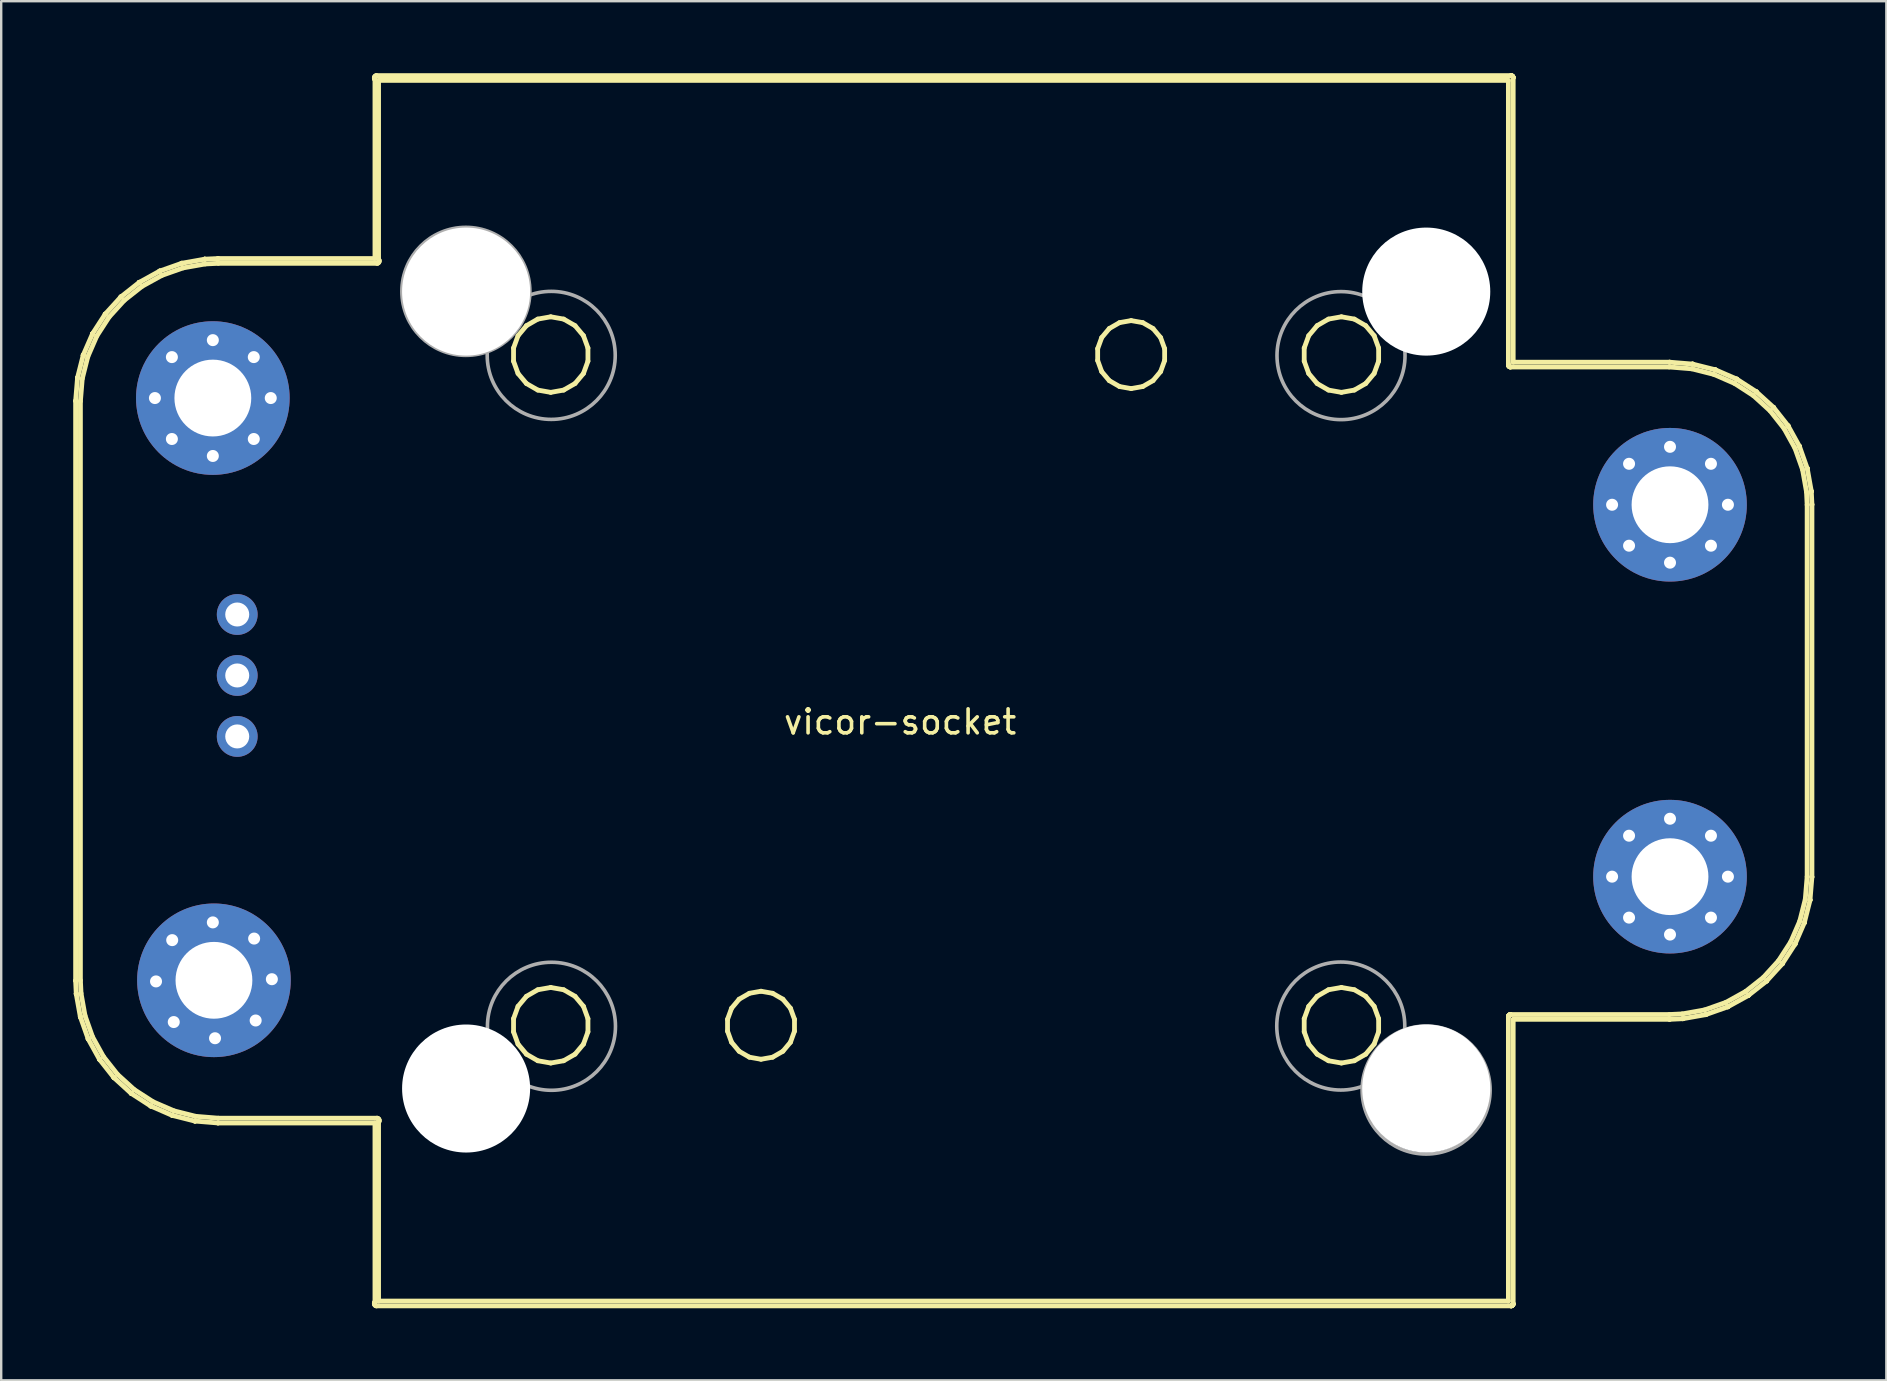
<source format=kicad_pcb>
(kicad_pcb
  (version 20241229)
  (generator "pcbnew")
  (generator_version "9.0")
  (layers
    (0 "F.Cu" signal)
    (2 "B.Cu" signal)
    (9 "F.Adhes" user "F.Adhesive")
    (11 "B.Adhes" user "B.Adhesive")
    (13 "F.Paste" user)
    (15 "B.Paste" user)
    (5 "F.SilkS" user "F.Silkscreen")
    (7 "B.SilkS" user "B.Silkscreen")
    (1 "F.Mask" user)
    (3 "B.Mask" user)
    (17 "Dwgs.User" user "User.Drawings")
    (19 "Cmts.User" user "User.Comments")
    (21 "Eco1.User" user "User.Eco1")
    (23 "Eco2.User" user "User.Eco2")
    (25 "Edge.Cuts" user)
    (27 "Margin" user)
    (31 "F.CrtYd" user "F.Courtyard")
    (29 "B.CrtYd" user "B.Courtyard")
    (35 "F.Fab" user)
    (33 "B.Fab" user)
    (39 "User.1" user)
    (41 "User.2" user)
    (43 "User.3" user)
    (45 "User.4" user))
  (footprint "vicor-socket"
    (layer "F.Cu")
    (at 5.817 13.533)
    (property "Reference" "vicor-socket" (at 28.631 13.492 0) (layer "F.SilkS") (effects (font (size 1 1) (thickness 0.15))))
    (attr through_hole)
    (fp_line (start -5.717 0.12) (end -5.716 0.116) (stroke (width 0.2) (type solid)) (layer "F.SilkS"))
    (fp_line (start -5.717 24.268) (end -5.717 0.12) (stroke (width 0.2) (type solid)) (layer "F.SilkS"))
    (fp_line (start -5.717 24.27) (end -5.717 24.268) (stroke (width 0.2) (type solid)) (layer "F.SilkS"))
    (fp_line (start -5.716 0.116) (end -5.638 -0.833) (stroke (width 0.2) (type solid)) (layer "F.SilkS"))
    (fp_line (start -5.691 24.813) (end -5.717 24.27) (stroke (width 0.2) (type solid)) (layer "F.SilkS"))
    (fp_line (start -5.69 24.819) (end -5.691 24.813) (stroke (width 0.2) (type solid)) (layer "F.SilkS"))
    (fp_line (start -5.69 24.824) (end -5.69 24.819) (stroke (width 0.2) (type solid)) (layer "F.SilkS"))
    (fp_line (start -5.69 24.826) (end -5.69 24.824) (stroke (width 0.2) (type solid)) (layer "F.SilkS"))
    (fp_line (start -5.638 -0.836) (end -5.637 -0.843) (stroke (width 0.2) (type solid)) (layer "F.SilkS"))
    (fp_line (start -5.638 -0.833) (end -5.638 -0.836) (stroke (width 0.2) (type solid)) (layer "F.SilkS"))
    (fp_line (start -5.637 -0.843) (end -5.636 -0.849) (stroke (width 0.2) (type solid)) (layer "F.SilkS"))
    (fp_line (start -5.636 -0.849) (end -5.402 -1.778) (stroke (width 0.2) (type solid)) (layer "F.SilkS"))
    (fp_line (start -5.522 25.769) (end -5.69 24.826) (stroke (width 0.2) (type solid)) (layer "F.SilkS"))
    (fp_line (start -5.52 25.776) (end -5.522 25.769) (stroke (width 0.2) (type solid)) (layer "F.SilkS"))
    (fp_line (start -5.518 25.782) (end -5.52 25.776) (stroke (width 0.2) (type solid)) (layer "F.SilkS"))
    (fp_line (start -5.517 0.133) (end -5.517 24.257) (stroke (width 0.2) (type solid)) (layer "F.SilkS"))
    (fp_line (start -5.517 24.257) (end -5.491 24.798) (stroke (width 0.2) (type solid)) (layer "F.SilkS"))
    (fp_line (start -5.517 25.785) (end -5.518 25.782) (stroke (width 0.2) (type solid)) (layer "F.SilkS"))
    (fp_line (start -5.491 24.798) (end -5.326 25.726) (stroke (width 0.2) (type solid)) (layer "F.SilkS"))
    (fp_line (start -5.44 -0.809) (end -5.517 0.133) (stroke (width 0.2) (type solid)) (layer "F.SilkS"))
    (fp_line (start -5.402 -1.78) (end -5.399 -1.787) (stroke (width 0.2) (type solid)) (layer "F.SilkS"))
    (fp_line (start -5.402 -1.778) (end -5.402 -1.78) (stroke (width 0.2) (type solid)) (layer "F.SilkS"))
    (fp_line (start -5.399 -1.787) (end -5.397 -1.794) (stroke (width 0.2) (type solid)) (layer "F.SilkS"))
    (fp_line (start -5.397 -1.794) (end -5.015 -2.671) (stroke (width 0.2) (type solid)) (layer "F.SilkS"))
    (fp_line (start -5.326 25.726) (end -5.012 26.613) (stroke (width 0.2) (type solid)) (layer "F.SilkS"))
    (fp_line (start -5.21 -1.721) (end -5.44 -0.809) (stroke (width 0.2) (type solid)) (layer "F.SilkS"))
    (fp_line (start -5.198 26.687) (end -5.517 25.785) (stroke (width 0.2) (type solid)) (layer "F.SilkS"))
    (fp_line (start -5.195 26.693) (end -5.198 26.687) (stroke (width 0.2) (type solid)) (layer "F.SilkS"))
    (fp_line (start -5.192 26.7) (end -5.195 26.693) (stroke (width 0.2) (type solid)) (layer "F.SilkS"))
    (fp_line (start -5.191 26.702) (end -5.192 26.7) (stroke (width 0.2) (type solid)) (layer "F.SilkS"))
    (fp_line (start -5.015 -2.671) (end -5.014 -2.674) (stroke (width 0.2) (type solid)) (layer "F.SilkS"))
    (fp_line (start -5.014 -2.674) (end -5.011 -2.68) (stroke (width 0.2) (type solid)) (layer "F.SilkS"))
    (fp_line (start -5.012 26.613) (end -4.557 27.436) (stroke (width 0.2) (type solid)) (layer "F.SilkS"))
    (fp_line (start -5.011 -2.68) (end -5.008 -2.686) (stroke (width 0.2) (type solid)) (layer "F.SilkS"))
    (fp_line (start -5.008 -2.686) (end -4.488 -3.49) (stroke (width 0.2) (type solid)) (layer "F.SilkS"))
    (fp_line (start -4.835 -2.584) (end -5.21 -1.721) (stroke (width 0.2) (type solid)) (layer "F.SilkS"))
    (fp_line (start -4.728 27.54) (end -5.191 26.702) (stroke (width 0.2) (type solid)) (layer "F.SilkS"))
    (fp_line (start -4.725 27.546) (end -4.728 27.54) (stroke (width 0.2) (type solid)) (layer "F.SilkS"))
    (fp_line (start -4.721 27.552) (end -4.725 27.546) (stroke (width 0.2) (type solid)) (layer "F.SilkS"))
    (fp_line (start -4.719 27.554) (end -4.721 27.552) (stroke (width 0.2) (type solid)) (layer "F.SilkS"))
    (fp_line (start -4.557 27.436) (end -3.974 28.175) (stroke (width 0.2) (type solid)) (layer "F.SilkS"))
    (fp_line (start -4.488 -3.49) (end -4.486 -3.492) (stroke (width 0.2) (type solid)) (layer "F.SilkS"))
    (fp_line (start -4.486 -3.492) (end -4.482 -3.497) (stroke (width 0.2) (type solid)) (layer "F.SilkS"))
    (fp_line (start -4.482 -3.497) (end -4.478 -3.503) (stroke (width 0.2) (type solid)) (layer "F.SilkS"))
    (fp_line (start -4.478 -3.503) (end -3.833 -4.211) (stroke (width 0.2) (type solid)) (layer "F.SilkS"))
    (fp_line (start -4.324 -3.374) (end -4.835 -2.584) (stroke (width 0.2) (type solid)) (layer "F.SilkS"))
    (fp_line (start -4.126 28.305) (end -4.719 27.554) (stroke (width 0.2) (type solid)) (layer "F.SilkS"))
    (fp_line (start -4.121 28.31) (end -4.126 28.305) (stroke (width 0.2) (type solid)) (layer "F.SilkS"))
    (fp_line (start -4.117 28.316) (end -4.121 28.31) (stroke (width 0.2) (type solid)) (layer "F.SilkS"))
    (fp_line (start -4.115 28.317) (end -4.117 28.316) (stroke (width 0.2) (type solid)) (layer "F.SilkS"))
    (fp_line (start -3.974 28.175) (end -3.278 28.808) (stroke (width 0.2) (type solid)) (layer "F.SilkS"))
    (fp_line (start -3.833 -4.211) (end -3.832 -4.213) (stroke (width 0.2) (type solid)) (layer "F.SilkS"))
    (fp_line (start -3.832 -4.213) (end -3.826 -4.217) (stroke (width 0.2) (type solid)) (layer "F.SilkS"))
    (fp_line (start -3.826 -4.217) (end -3.821 -4.222) (stroke (width 0.2) (type solid)) (layer "F.SilkS"))
    (fp_line (start -3.821 -4.222) (end -3.07 -4.815) (stroke (width 0.2) (type solid)) (layer "F.SilkS"))
    (fp_line (start -3.691 -4.07) (end -4.324 -3.374) (stroke (width 0.2) (type solid)) (layer "F.SilkS"))
    (fp_line (start -3.407 28.962) (end -4.115 28.317) (stroke (width 0.2) (type solid)) (layer "F.SilkS"))
    (fp_line (start -3.401 28.966) (end -3.407 28.962) (stroke (width 0.2) (type solid)) (layer "F.SilkS"))
    (fp_line (start -3.396 28.97) (end -3.401 28.966) (stroke (width 0.2) (type solid)) (layer "F.SilkS"))
    (fp_line (start -3.394 28.972) (end -3.396 28.97) (stroke (width 0.2) (type solid)) (layer "F.SilkS"))
    (fp_line (start -3.278 28.808) (end -2.488 29.319) (stroke (width 0.2) (type solid)) (layer "F.SilkS"))
    (fp_line (start -3.07 -4.815) (end -3.068 -4.817) (stroke (width 0.2) (type solid)) (layer "F.SilkS"))
    (fp_line (start -3.068 -4.817) (end -3.062 -4.821) (stroke (width 0.2) (type solid)) (layer "F.SilkS"))
    (fp_line (start -3.062 -4.821) (end -3.056 -4.824) (stroke (width 0.2) (type solid)) (layer "F.SilkS"))
    (fp_line (start -3.056 -4.824) (end -2.218 -5.287) (stroke (width 0.2) (type solid)) (layer "F.SilkS"))
    (fp_line (start -2.952 -4.653) (end -3.691 -4.07) (stroke (width 0.2) (type solid)) (layer "F.SilkS"))
    (fp_line (start -2.59 29.492) (end -3.394 28.972) (stroke (width 0.2) (type solid)) (layer "F.SilkS"))
    (fp_line (start -2.584 29.495) (end -2.59 29.492) (stroke (width 0.2) (type solid)) (layer "F.SilkS"))
    (fp_line (start -2.578 29.498) (end -2.584 29.495) (stroke (width 0.2) (type solid)) (layer "F.SilkS"))
    (fp_line (start -2.576 29.499) (end -2.578 29.498) (stroke (width 0.2) (type solid)) (layer "F.SilkS"))
    (fp_line (start -2.488 29.319) (end -1.625 29.694) (stroke (width 0.2) (type solid)) (layer "F.SilkS"))
    (fp_line (start -2.218 -5.287) (end -2.216 -5.288) (stroke (width 0.2) (type solid)) (layer "F.SilkS"))
    (fp_line (start -2.216 -5.288) (end -2.21 -5.291) (stroke (width 0.2) (type solid)) (layer "F.SilkS"))
    (fp_line (start -2.21 -5.291) (end -2.203 -5.294) (stroke (width 0.2) (type solid)) (layer "F.SilkS"))
    (fp_line (start -2.203 -5.294) (end -1.301 -5.613) (stroke (width 0.2) (type solid)) (layer "F.SilkS"))
    (fp_line (start -2.129 -5.108) (end -2.952 -4.653) (stroke (width 0.2) (type solid)) (layer "F.SilkS"))
    (fp_line (start -1.698 29.881) (end -2.576 29.499) (stroke (width 0.2) (type solid)) (layer "F.SilkS"))
    (fp_line (start -1.691 29.883) (end -1.698 29.881) (stroke (width 0.2) (type solid)) (layer "F.SilkS"))
    (fp_line (start -1.684 29.886) (end -1.691 29.883) (stroke (width 0.2) (type solid)) (layer "F.SilkS"))
    (fp_line (start -1.682 29.886) (end -1.684 29.886) (stroke (width 0.2) (type solid)) (layer "F.SilkS"))
    (fp_line (start -1.625 29.694) (end -0.713 29.924) (stroke (width 0.2) (type solid)) (layer "F.SilkS"))
    (fp_line (start -1.301 -5.613) (end -1.298 -5.614) (stroke (width 0.2) (type solid)) (layer "F.SilkS"))
    (fp_line (start -1.298 -5.614) (end -1.292 -5.616) (stroke (width 0.2) (type solid)) (layer "F.SilkS"))
    (fp_line (start -1.292 -5.616) (end -1.285 -5.617) (stroke (width 0.2) (type solid)) (layer "F.SilkS"))
    (fp_line (start -1.285 -5.617) (end -0.342 -5.785) (stroke (width 0.2) (type solid)) (layer "F.SilkS"))
    (fp_line (start -1.242 -5.422) (end -2.129 -5.108) (stroke (width 0.2) (type solid)) (layer "F.SilkS"))
    (fp_line (start -0.754 30.12) (end -1.682 29.886) (stroke (width 0.2) (type solid)) (layer "F.SilkS"))
    (fp_line (start -0.747 30.121) (end -0.754 30.12) (stroke (width 0.2) (type solid)) (layer "F.SilkS"))
    (fp_line (start -0.74 30.122) (end -0.747 30.121) (stroke (width 0.2) (type solid)) (layer "F.SilkS"))
    (fp_line (start -0.737 30.122) (end -0.74 30.122) (stroke (width 0.2) (type solid)) (layer "F.SilkS"))
    (fp_line (start -0.713 29.924) (end 0.229 30.001) (stroke (width 0.2) (type solid)) (layer "F.SilkS"))
    (fp_line (start -0.342 -5.785) (end -0.34 -5.786) (stroke (width 0.2) (type solid)) (layer "F.SilkS"))
    (fp_line (start -0.34 -5.786) (end -0.335 -5.786) (stroke (width 0.2) (type solid)) (layer "F.SilkS"))
    (fp_line (start -0.335 -5.786) (end -0.329 -5.787) (stroke (width 0.2) (type solid)) (layer "F.SilkS"))
    (fp_line (start -0.329 -5.787) (end 0.214 -5.812) (stroke (width 0.2) (type solid)) (layer "F.SilkS"))
    (fp_line (start -0.314 -5.587) (end -1.242 -5.422) (stroke (width 0.2) (type solid)) (layer "F.SilkS"))
    (fp_line (start 0.212 30.2) (end -0.737 30.122) (stroke (width 0.2) (type solid)) (layer "F.SilkS"))
    (fp_line (start 0.214 -5.812) (end 0.216 -5.813) (stroke (width 0.2) (type solid)) (layer "F.SilkS"))
    (fp_line (start 0.216 -5.813) (end 6.754 -5.813) (stroke (width 0.2) (type solid)) (layer "F.SilkS"))
    (fp_line (start 0.216 30.201) (end 0.212 30.2) (stroke (width 0.2) (type solid)) (layer "F.SilkS"))
    (fp_line (start 0.227 -5.613) (end -0.314 -5.587) (stroke (width 0.2) (type solid)) (layer "F.SilkS"))
    (fp_line (start 0.229 30.001) (end 6.838 30.001) (stroke (width 0.2) (type solid)) (layer "F.SilkS"))
    (fp_line (start 6.729 -13.351) (end 6.741 -13.384) (stroke (width 0.2) (type solid)) (layer "F.SilkS"))
    (fp_line (start 6.729 -13.315) (end 6.729 -13.351) (stroke (width 0.2) (type solid)) (layer "F.SilkS"))
    (fp_line (start 6.729 37.703) (end 6.741 37.67) (stroke (width 0.2) (type solid)) (layer "F.SilkS"))
    (fp_line (start 6.729 37.739) (end 6.729 37.703) (stroke (width 0.2) (type solid)) (layer "F.SilkS"))
    (fp_line (start 6.741 -13.384) (end 6.764 -13.411) (stroke (width 0.2) (type solid)) (layer "F.SilkS"))
    (fp_line (start 6.741 -13.282) (end 6.729 -13.315) (stroke (width 0.2) (type solid)) (layer "F.SilkS"))
    (fp_line (start 6.741 37.67) (end 6.754 37.655) (stroke (width 0.2) (type solid)) (layer "F.SilkS"))
    (fp_line (start 6.741 37.772) (end 6.729 37.739) (stroke (width 0.2) (type solid)) (layer "F.SilkS"))
    (fp_line (start 6.754 -13.267) (end 6.741 -13.282) (stroke (width 0.2) (type solid)) (layer "F.SilkS"))
    (fp_line (start 6.754 -5.813) (end 6.754 -13.267) (stroke (width 0.2) (type solid)) (layer "F.SilkS"))
    (fp_line (start 6.754 30.201) (end 0.216 30.201) (stroke (width 0.2) (type solid)) (layer "F.SilkS"))
    (fp_line (start 6.754 37.655) (end 6.754 30.201) (stroke (width 0.2) (type solid)) (layer "F.SilkS"))
    (fp_line (start 6.764 -13.411) (end 6.794 -13.428) (stroke (width 0.2) (type solid)) (layer "F.SilkS"))
    (fp_line (start 6.764 37.799) (end 6.741 37.772) (stroke (width 0.2) (type solid)) (layer "F.SilkS"))
    (fp_line (start 6.794 -13.428) (end 6.82 -13.433) (stroke (width 0.2) (type solid)) (layer "F.SilkS"))
    (fp_line (start 6.794 37.816) (end 6.764 37.799) (stroke (width 0.2) (type solid)) (layer "F.SilkS"))
    (fp_line (start 6.82 -13.433) (end 54.082 -13.433) (stroke (width 0.2) (type solid)) (layer "F.SilkS"))
    (fp_line (start 6.82 37.821) (end 6.794 37.816) (stroke (width 0.2) (type solid)) (layer "F.SilkS"))
    (fp_line (start 6.838 -5.613) (end 0.227 -5.613) (stroke (width 0.2) (type solid)) (layer "F.SilkS"))
    (fp_line (start 6.838 30.001) (end 6.864 30.006) (stroke (width 0.2) (type solid)) (layer "F.SilkS"))
    (fp_line (start 6.864 -5.617) (end 6.838 -5.613) (stroke (width 0.2) (type solid)) (layer "F.SilkS"))
    (fp_line (start 6.864 30.006) (end 6.894 30.023) (stroke (width 0.2) (type solid)) (layer "F.SilkS"))
    (fp_line (start 6.894 -5.635) (end 6.864 -5.617) (stroke (width 0.2) (type solid)) (layer "F.SilkS"))
    (fp_line (start 6.894 30.023) (end 6.917 30.05) (stroke (width 0.2) (type solid)) (layer "F.SilkS"))
    (fp_line (start 6.904 -13.233) (end 6.904 -5.779) (stroke (width 0.2) (type solid)) (layer "F.SilkS"))
    (fp_line (start 6.904 -5.779) (end 6.917 -5.764) (stroke (width 0.2) (type solid)) (layer "F.SilkS"))
    (fp_line (start 6.904 30.167) (end 6.904 37.621) (stroke (width 0.2) (type solid)) (layer "F.SilkS"))
    (fp_line (start 6.904 37.621) (end 53.973 37.621) (stroke (width 0.2) (type solid)) (layer "F.SilkS"))
    (fp_line (start 6.917 -5.764) (end 6.929 -5.731) (stroke (width 0.2) (type solid)) (layer "F.SilkS"))
    (fp_line (start 6.917 -5.662) (end 6.894 -5.635) (stroke (width 0.2) (type solid)) (layer "F.SilkS"))
    (fp_line (start 6.917 30.05) (end 6.929 30.083) (stroke (width 0.2) (type solid)) (layer "F.SilkS"))
    (fp_line (start 6.917 30.152) (end 6.904 30.167) (stroke (width 0.2) (type solid)) (layer "F.SilkS"))
    (fp_line (start 6.929 -5.731) (end 6.929 -5.695) (stroke (width 0.2) (type solid)) (layer "F.SilkS"))
    (fp_line (start 6.929 -5.695) (end 6.917 -5.662) (stroke (width 0.2) (type solid)) (layer "F.SilkS"))
    (fp_line (start 6.929 30.083) (end 6.929 30.119) (stroke (width 0.2) (type solid)) (layer "F.SilkS"))
    (fp_line (start 6.929 30.119) (end 6.917 30.152) (stroke (width 0.2) (type solid)) (layer "F.SilkS"))
    (fp_line (start 8.052 -4.881) (end 8.353 -5.707) (stroke (width 0.2) (type solid)) (layer "F.SilkS"))
    (fp_line (start 8.052 -4.001) (end 8.052 -4.881) (stroke (width 0.2) (type solid)) (layer "F.SilkS"))
    (fp_line (start 8.052 28.319) (end 8.353 27.492) (stroke (width 0.2) (type solid)) (layer "F.SilkS"))
    (fp_line (start 8.052 29.199) (end 8.052 28.319) (stroke (width 0.2) (type solid)) (layer "F.SilkS"))
    (fp_line (start 8.353 -5.707) (end 8.919 -6.382) (stroke (width 0.2) (type solid)) (layer "F.SilkS"))
    (fp_line (start 8.353 -3.174) (end 8.052 -4.001) (stroke (width 0.2) (type solid)) (layer "F.SilkS"))
    (fp_line (start 8.353 27.492) (end 8.919 26.818) (stroke (width 0.2) (type solid)) (layer "F.SilkS"))
    (fp_line (start 8.353 30.026) (end 8.052 29.199) (stroke (width 0.2) (type solid)) (layer "F.SilkS"))
    (fp_line (start 8.919 -6.382) (end 9.68 -6.821) (stroke (width 0.2) (type solid)) (layer "F.SilkS"))
    (fp_line (start 8.919 -2.5) (end 8.353 -3.174) (stroke (width 0.2) (type solid)) (layer "F.SilkS"))
    (fp_line (start 8.919 26.818) (end 9.68 26.378) (stroke (width 0.2) (type solid)) (layer "F.SilkS"))
    (fp_line (start 8.919 30.7) (end 8.353 30.026) (stroke (width 0.2) (type solid)) (layer "F.SilkS"))
    (fp_line (start 9.68 -6.821) (end 10.547 -6.974) (stroke (width 0.2) (type solid)) (layer "F.SilkS"))
    (fp_line (start 9.68 -2.06) (end 8.919 -2.5) (stroke (width 0.2) (type solid)) (layer "F.SilkS"))
    (fp_line (start 9.68 26.378) (end 10.547 26.226) (stroke (width 0.2) (type solid)) (layer "F.SilkS"))
    (fp_line (start 9.68 31.14) (end 8.919 30.7) (stroke (width 0.2) (type solid)) (layer "F.SilkS"))
    (fp_line (start 10.547 -6.974) (end 11.414 -6.821) (stroke (width 0.2) (type solid)) (layer "F.SilkS"))
    (fp_line (start 10.547 -1.907) (end 9.68 -2.06) (stroke (width 0.2) (type solid)) (layer "F.SilkS"))
    (fp_line (start 10.547 26.226) (end 11.414 26.378) (stroke (width 0.2) (type solid)) (layer "F.SilkS"))
    (fp_line (start 10.547 31.292) (end 9.68 31.14) (stroke (width 0.2) (type solid)) (layer "F.SilkS"))
    (fp_line (start 11.414 -6.821) (end 12.175 -6.382) (stroke (width 0.2) (type solid)) (layer "F.SilkS"))
    (fp_line (start 11.414 -2.06) (end 10.547 -1.907) (stroke (width 0.2) (type solid)) (layer "F.SilkS"))
    (fp_line (start 11.414 26.378) (end 12.175 26.818) (stroke (width 0.2) (type solid)) (layer "F.SilkS"))
    (fp_line (start 11.414 31.14) (end 10.547 31.292) (stroke (width 0.2) (type solid)) (layer "F.SilkS"))
    (fp_line (start 12.175 -6.382) (end 12.741 -5.707) (stroke (width 0.2) (type solid)) (layer "F.SilkS"))
    (fp_line (start 12.175 -2.5) (end 11.414 -2.06) (stroke (width 0.2) (type solid)) (layer "F.SilkS"))
    (fp_line (start 12.175 26.818) (end 12.741 27.492) (stroke (width 0.2) (type solid)) (layer "F.SilkS"))
    (fp_line (start 12.175 30.7) (end 11.414 31.14) (stroke (width 0.2) (type solid)) (layer "F.SilkS"))
    (fp_line (start 12.527 -2.084) (end 12.714 -2.598) (stroke (width 0.2) (type solid)) (layer "F.SilkS"))
    (fp_line (start 12.527 -1.537) (end 12.527 -2.084) (stroke (width 0.2) (type solid)) (layer "F.SilkS"))
    (fp_line (start 12.527 25.856) (end 12.714 25.342) (stroke (width 0.2) (type solid)) (layer "F.SilkS"))
    (fp_line (start 12.527 26.402) (end 12.527 25.856) (stroke (width 0.2) (type solid)) (layer "F.SilkS"))
    (fp_line (start 12.714 -2.598) (end 13.065 -3.016) (stroke (width 0.2) (type solid)) (layer "F.SilkS"))
    (fp_line (start 12.714 -1.024) (end 12.527 -1.537) (stroke (width 0.2) (type solid)) (layer "F.SilkS"))
    (fp_line (start 12.714 25.342) (end 13.065 24.923) (stroke (width 0.2) (type solid)) (layer "F.SilkS"))
    (fp_line (start 12.714 26.916) (end 12.527 26.402) (stroke (width 0.2) (type solid)) (layer "F.SilkS"))
    (fp_line (start 12.741 -5.707) (end 13.042 -4.881) (stroke (width 0.2) (type solid)) (layer "F.SilkS"))
    (fp_line (start 12.741 -3.174) (end 12.175 -2.5) (stroke (width 0.2) (type solid)) (layer "F.SilkS"))
    (fp_line (start 12.741 27.492) (end 13.042 28.319) (stroke (width 0.2) (type solid)) (layer "F.SilkS"))
    (fp_line (start 12.741 30.026) (end 12.175 30.7) (stroke (width 0.2) (type solid)) (layer "F.SilkS"))
    (fp_line (start 13.042 -4.881) (end 13.042 -4.001) (stroke (width 0.2) (type solid)) (layer "F.SilkS"))
    (fp_line (start 13.042 -4.001) (end 12.741 -3.174) (stroke (width 0.2) (type solid)) (layer "F.SilkS"))
    (fp_line (start 13.042 28.319) (end 13.042 29.199) (stroke (width 0.2) (type solid)) (layer "F.SilkS"))
    (fp_line (start 13.042 29.199) (end 12.741 30.026) (stroke (width 0.2) (type solid)) (layer "F.SilkS"))
    (fp_line (start 13.065 -3.016) (end 13.539 -3.29) (stroke (width 0.2) (type solid)) (layer "F.SilkS"))
    (fp_line (start 13.065 -0.605) (end 12.714 -1.024) (stroke (width 0.2) (type solid)) (layer "F.SilkS"))
    (fp_line (start 13.065 24.923) (end 13.539 24.65) (stroke (width 0.2) (type solid)) (layer "F.SilkS"))
    (fp_line (start 13.065 27.335) (end 12.714 26.916) (stroke (width 0.2) (type solid)) (layer "F.SilkS"))
    (fp_line (start 13.539 -3.29) (end 14.077 -3.385) (stroke (width 0.2) (type solid)) (layer "F.SilkS"))
    (fp_line (start 13.539 -0.332) (end 13.065 -0.605) (stroke (width 0.2) (type solid)) (layer "F.SilkS"))
    (fp_line (start 13.539 24.65) (end 14.077 24.555) (stroke (width 0.2) (type solid)) (layer "F.SilkS"))
    (fp_line (start 13.539 27.608) (end 13.065 27.335) (stroke (width 0.2) (type solid)) (layer "F.SilkS"))
    (fp_line (start 14.077 -3.385) (end 14.615 -3.29) (stroke (width 0.2) (type solid)) (layer "F.SilkS"))
    (fp_line (start 14.077 -0.237) (end 13.539 -0.332) (stroke (width 0.2) (type solid)) (layer "F.SilkS"))
    (fp_line (start 14.077 24.555) (end 14.615 24.65) (stroke (width 0.2) (type solid)) (layer "F.SilkS"))
    (fp_line (start 14.077 27.703) (end 13.539 27.608) (stroke (width 0.2) (type solid)) (layer "F.SilkS"))
    (fp_line (start 14.615 -3.29) (end 15.089 -3.016) (stroke (width 0.2) (type solid)) (layer "F.SilkS"))
    (fp_line (start 14.615 -0.332) (end 14.077 -0.237) (stroke (width 0.2) (type solid)) (layer "F.SilkS"))
    (fp_line (start 14.615 24.65) (end 15.089 24.923) (stroke (width 0.2) (type solid)) (layer "F.SilkS"))
    (fp_line (start 14.615 27.608) (end 14.077 27.703) (stroke (width 0.2) (type solid)) (layer "F.SilkS"))
    (fp_line (start 15.089 -3.016) (end 15.44 -2.598) (stroke (width 0.2) (type solid)) (layer "F.SilkS"))
    (fp_line (start 15.089 -0.605) (end 14.615 -0.332) (stroke (width 0.2) (type solid)) (layer "F.SilkS"))
    (fp_line (start 15.089 24.923) (end 15.44 25.342) (stroke (width 0.2) (type solid)) (layer "F.SilkS"))
    (fp_line (start 15.089 27.335) (end 14.615 27.608) (stroke (width 0.2) (type solid)) (layer "F.SilkS"))
    (fp_line (start 15.44 -2.598) (end 15.627 -2.084) (stroke (width 0.2) (type solid)) (layer "F.SilkS"))
    (fp_line (start 15.44 -1.024) (end 15.089 -0.605) (stroke (width 0.2) (type solid)) (layer "F.SilkS"))
    (fp_line (start 15.44 25.342) (end 15.627 25.856) (stroke (width 0.2) (type solid)) (layer "F.SilkS"))
    (fp_line (start 15.44 26.916) (end 15.089 27.335) (stroke (width 0.2) (type solid)) (layer "F.SilkS"))
    (fp_line (start 15.627 -2.084) (end 15.627 -1.537) (stroke (width 0.2) (type solid)) (layer "F.SilkS"))
    (fp_line (start 15.627 -1.537) (end 15.44 -1.024) (stroke (width 0.2) (type solid)) (layer "F.SilkS"))
    (fp_line (start 15.627 25.856) (end 15.627 26.402) (stroke (width 0.2) (type solid)) (layer "F.SilkS"))
    (fp_line (start 15.627 26.402) (end 15.44 26.916) (stroke (width 0.2) (type solid)) (layer "F.SilkS"))
    (fp_line (start 21.442 25.883) (end 21.61 25.421) (stroke (width 0.2) (type solid)) (layer "F.SilkS"))
    (fp_line (start 21.442 26.375) (end 21.442 25.883) (stroke (width 0.2) (type solid)) (layer "F.SilkS"))
    (fp_line (start 21.61 25.421) (end 21.926 25.044) (stroke (width 0.2) (type solid)) (layer "F.SilkS"))
    (fp_line (start 21.61 26.837) (end 21.442 26.375) (stroke (width 0.2) (type solid)) (layer "F.SilkS"))
    (fp_line (start 21.926 25.044) (end 22.353 24.798) (stroke (width 0.2) (type solid)) (layer "F.SilkS"))
    (fp_line (start 21.926 27.214) (end 21.61 26.837) (stroke (width 0.2) (type solid)) (layer "F.SilkS"))
    (fp_line (start 22.353 24.798) (end 22.837 24.712) (stroke (width 0.2) (type solid)) (layer "F.SilkS"))
    (fp_line (start 22.353 27.46) (end 21.926 27.214) (stroke (width 0.2) (type solid)) (layer "F.SilkS"))
    (fp_line (start 22.837 24.712) (end 23.321 24.798) (stroke (width 0.2) (type solid)) (layer "F.SilkS"))
    (fp_line (start 22.837 27.546) (end 22.353 27.46) (stroke (width 0.2) (type solid)) (layer "F.SilkS"))
    (fp_line (start 23.321 24.798) (end 23.748 25.044) (stroke (width 0.2) (type solid)) (layer "F.SilkS"))
    (fp_line (start 23.321 27.46) (end 22.837 27.546) (stroke (width 0.2) (type solid)) (layer "F.SilkS"))
    (fp_line (start 23.748 25.044) (end 24.064 25.421) (stroke (width 0.2) (type solid)) (layer "F.SilkS"))
    (fp_line (start 23.748 27.214) (end 23.321 27.46) (stroke (width 0.2) (type solid)) (layer "F.SilkS"))
    (fp_line (start 24.064 25.421) (end 24.232 25.883) (stroke (width 0.2) (type solid)) (layer "F.SilkS"))
    (fp_line (start 24.064 26.837) (end 23.748 27.214) (stroke (width 0.2) (type solid)) (layer "F.SilkS"))
    (fp_line (start 24.232 25.883) (end 24.232 26.375) (stroke (width 0.2) (type solid)) (layer "F.SilkS"))
    (fp_line (start 24.232 26.375) (end 24.064 26.837) (stroke (width 0.2) (type solid)) (layer "F.SilkS"))
    (fp_line (start 36.862 -2.057) (end 37.03 -2.519) (stroke (width 0.2) (type solid)) (layer "F.SilkS"))
    (fp_line (start 36.862 -1.565) (end 36.862 -2.057) (stroke (width 0.2) (type solid)) (layer "F.SilkS"))
    (fp_line (start 37.03 -2.519) (end 37.346 -2.896) (stroke (width 0.2) (type solid)) (layer "F.SilkS"))
    (fp_line (start 37.03 -1.102) (end 36.862 -1.565) (stroke (width 0.2) (type solid)) (layer "F.SilkS"))
    (fp_line (start 37.346 -2.896) (end 37.773 -3.142) (stroke (width 0.2) (type solid)) (layer "F.SilkS"))
    (fp_line (start 37.346 -0.726) (end 37.03 -1.102) (stroke (width 0.2) (type solid)) (layer "F.SilkS"))
    (fp_line (start 37.773 -3.142) (end 38.257 -3.227) (stroke (width 0.2) (type solid)) (layer "F.SilkS"))
    (fp_line (start 37.773 -0.48) (end 37.346 -0.726) (stroke (width 0.2) (type solid)) (layer "F.SilkS"))
    (fp_line (start 38.257 -3.227) (end 38.741 -3.142) (stroke (width 0.2) (type solid)) (layer "F.SilkS"))
    (fp_line (start 38.257 -0.394) (end 37.773 -0.48) (stroke (width 0.2) (type solid)) (layer "F.SilkS"))
    (fp_line (start 38.741 -3.142) (end 39.168 -2.896) (stroke (width 0.2) (type solid)) (layer "F.SilkS"))
    (fp_line (start 38.741 -0.48) (end 38.257 -0.394) (stroke (width 0.2) (type solid)) (layer "F.SilkS"))
    (fp_line (start 39.168 -2.896) (end 39.484 -2.519) (stroke (width 0.2) (type solid)) (layer "F.SilkS"))
    (fp_line (start 39.168 -0.726) (end 38.741 -0.48) (stroke (width 0.2) (type solid)) (layer "F.SilkS"))
    (fp_line (start 39.484 -2.519) (end 39.652 -2.057) (stroke (width 0.2) (type solid)) (layer "F.SilkS"))
    (fp_line (start 39.484 -1.102) (end 39.168 -0.726) (stroke (width 0.2) (type solid)) (layer "F.SilkS"))
    (fp_line (start 39.652 -2.057) (end 39.652 -1.565) (stroke (width 0.2) (type solid)) (layer "F.SilkS"))
    (fp_line (start 39.652 -1.565) (end 39.484 -1.102) (stroke (width 0.2) (type solid)) (layer "F.SilkS"))
    (fp_line (start 45.467 -2.084) (end 45.654 -2.598) (stroke (width 0.2) (type solid)) (layer "F.SilkS"))
    (fp_line (start 45.467 -1.537) (end 45.467 -2.084) (stroke (width 0.2) (type solid)) (layer "F.SilkS"))
    (fp_line (start 45.467 25.856) (end 45.654 25.342) (stroke (width 0.2) (type solid)) (layer "F.SilkS"))
    (fp_line (start 45.467 26.402) (end 45.467 25.856) (stroke (width 0.2) (type solid)) (layer "F.SilkS"))
    (fp_line (start 45.654 -2.598) (end 46.005 -3.016) (stroke (width 0.2) (type solid)) (layer "F.SilkS"))
    (fp_line (start 45.654 -1.024) (end 45.467 -1.537) (stroke (width 0.2) (type solid)) (layer "F.SilkS"))
    (fp_line (start 45.654 25.342) (end 46.005 24.923) (stroke (width 0.2) (type solid)) (layer "F.SilkS"))
    (fp_line (start 45.654 26.916) (end 45.467 26.402) (stroke (width 0.2) (type solid)) (layer "F.SilkS"))
    (fp_line (start 46.005 -3.016) (end 46.479 -3.29) (stroke (width 0.2) (type solid)) (layer "F.SilkS"))
    (fp_line (start 46.005 -0.605) (end 45.654 -1.024) (stroke (width 0.2) (type solid)) (layer "F.SilkS"))
    (fp_line (start 46.005 24.923) (end 46.479 24.65) (stroke (width 0.2) (type solid)) (layer "F.SilkS"))
    (fp_line (start 46.005 27.335) (end 45.654 26.916) (stroke (width 0.2) (type solid)) (layer "F.SilkS"))
    (fp_line (start 46.479 -3.29) (end 47.017 -3.385) (stroke (width 0.2) (type solid)) (layer "F.SilkS"))
    (fp_line (start 46.479 -0.332) (end 46.005 -0.605) (stroke (width 0.2) (type solid)) (layer "F.SilkS"))
    (fp_line (start 46.479 24.65) (end 47.017 24.555) (stroke (width 0.2) (type solid)) (layer "F.SilkS"))
    (fp_line (start 46.479 27.608) (end 46.005 27.335) (stroke (width 0.2) (type solid)) (layer "F.SilkS"))
    (fp_line (start 47.017 -3.385) (end 47.555 -3.29) (stroke (width 0.2) (type solid)) (layer "F.SilkS"))
    (fp_line (start 47.017 -0.237) (end 46.479 -0.332) (stroke (width 0.2) (type solid)) (layer "F.SilkS"))
    (fp_line (start 47.017 24.555) (end 47.555 24.65) (stroke (width 0.2) (type solid)) (layer "F.SilkS"))
    (fp_line (start 47.017 27.703) (end 46.479 27.608) (stroke (width 0.2) (type solid)) (layer "F.SilkS"))
    (fp_line (start 47.555 -3.29) (end 48.029 -3.016) (stroke (width 0.2) (type solid)) (layer "F.SilkS"))
    (fp_line (start 47.555 -0.332) (end 47.017 -0.237) (stroke (width 0.2) (type solid)) (layer "F.SilkS"))
    (fp_line (start 47.555 24.65) (end 48.029 24.923) (stroke (width 0.2) (type solid)) (layer "F.SilkS"))
    (fp_line (start 47.555 27.608) (end 47.017 27.703) (stroke (width 0.2) (type solid)) (layer "F.SilkS"))
    (fp_line (start 48.029 -3.016) (end 48.38 -2.598) (stroke (width 0.2) (type solid)) (layer "F.SilkS"))
    (fp_line (start 48.029 -0.605) (end 47.555 -0.332) (stroke (width 0.2) (type solid)) (layer "F.SilkS"))
    (fp_line (start 48.029 24.923) (end 48.38 25.342) (stroke (width 0.2) (type solid)) (layer "F.SilkS"))
    (fp_line (start 48.029 27.335) (end 47.555 27.608) (stroke (width 0.2) (type solid)) (layer "F.SilkS"))
    (fp_line (start 48.052 -4.881) (end 48.353 -5.707) (stroke (width 0.2) (type solid)) (layer "F.SilkS"))
    (fp_line (start 48.052 -4.001) (end 48.052 -4.881) (stroke (width 0.2) (type solid)) (layer "F.SilkS"))
    (fp_line (start 48.052 28.319) (end 48.353 27.492) (stroke (width 0.2) (type solid)) (layer "F.SilkS"))
    (fp_line (start 48.052 29.199) (end 48.052 28.319) (stroke (width 0.2) (type solid)) (layer "F.SilkS"))
    (fp_line (start 48.353 -5.707) (end 48.919 -6.382) (stroke (width 0.2) (type solid)) (layer "F.SilkS"))
    (fp_line (start 48.353 -3.174) (end 48.052 -4.001) (stroke (width 0.2) (type solid)) (layer "F.SilkS"))
    (fp_line (start 48.353 27.492) (end 48.919 26.818) (stroke (width 0.2) (type solid)) (layer "F.SilkS"))
    (fp_line (start 48.353 30.026) (end 48.052 29.199) (stroke (width 0.2) (type solid)) (layer "F.SilkS"))
    (fp_line (start 48.38 -2.598) (end 48.567 -2.084) (stroke (width 0.2) (type solid)) (layer "F.SilkS"))
    (fp_line (start 48.38 -1.024) (end 48.029 -0.605) (stroke (width 0.2) (type solid)) (layer "F.SilkS"))
    (fp_line (start 48.38 25.342) (end 48.567 25.856) (stroke (width 0.2) (type solid)) (layer "F.SilkS"))
    (fp_line (start 48.38 26.916) (end 48.029 27.335) (stroke (width 0.2) (type solid)) (layer "F.SilkS"))
    (fp_line (start 48.567 -2.084) (end 48.567 -1.537) (stroke (width 0.2) (type solid)) (layer "F.SilkS"))
    (fp_line (start 48.567 -1.537) (end 48.38 -1.024) (stroke (width 0.2) (type solid)) (layer "F.SilkS"))
    (fp_line (start 48.567 25.856) (end 48.567 26.402) (stroke (width 0.2) (type solid)) (layer "F.SilkS"))
    (fp_line (start 48.567 26.402) (end 48.38 26.916) (stroke (width 0.2) (type solid)) (layer "F.SilkS"))
    (fp_line (start 48.919 -6.382) (end 49.68 -6.821) (stroke (width 0.2) (type solid)) (layer "F.SilkS"))
    (fp_line (start 48.919 -2.5) (end 48.353 -3.174) (stroke (width 0.2) (type solid)) (layer "F.SilkS"))
    (fp_line (start 48.919 26.818) (end 49.68 26.378) (stroke (width 0.2) (type solid)) (layer "F.SilkS"))
    (fp_line (start 48.919 30.7) (end 48.353 30.026) (stroke (width 0.2) (type solid)) (layer "F.SilkS"))
    (fp_line (start 49.68 -6.821) (end 50.547 -6.974) (stroke (width 0.2) (type solid)) (layer "F.SilkS"))
    (fp_line (start 49.68 -2.06) (end 48.919 -2.5) (stroke (width 0.2) (type solid)) (layer "F.SilkS"))
    (fp_line (start 49.68 26.378) (end 50.547 26.226) (stroke (width 0.2) (type solid)) (layer "F.SilkS"))
    (fp_line (start 49.68 31.14) (end 48.919 30.7) (stroke (width 0.2) (type solid)) (layer "F.SilkS"))
    (fp_line (start 50.547 -6.974) (end 51.414 -6.821) (stroke (width 0.2) (type solid)) (layer "F.SilkS"))
    (fp_line (start 50.547 -1.907) (end 49.68 -2.06) (stroke (width 0.2) (type solid)) (layer "F.SilkS"))
    (fp_line (start 50.547 26.226) (end 51.414 26.378) (stroke (width 0.2) (type solid)) (layer "F.SilkS"))
    (fp_line (start 50.547 31.292) (end 49.68 31.14) (stroke (width 0.2) (type solid)) (layer "F.SilkS"))
    (fp_line (start 51.414 -6.821) (end 52.175 -6.382) (stroke (width 0.2) (type solid)) (layer "F.SilkS"))
    (fp_line (start 51.414 -2.06) (end 50.547 -1.907) (stroke (width 0.2) (type solid)) (layer "F.SilkS"))
    (fp_line (start 51.414 26.378) (end 52.175 26.818) (stroke (width 0.2) (type solid)) (layer "F.SilkS"))
    (fp_line (start 51.414 31.14) (end 50.547 31.292) (stroke (width 0.2) (type solid)) (layer "F.SilkS"))
    (fp_line (start 52.175 -6.382) (end 52.741 -5.707) (stroke (width 0.2) (type solid)) (layer "F.SilkS"))
    (fp_line (start 52.175 -2.5) (end 51.414 -2.06) (stroke (width 0.2) (type solid)) (layer "F.SilkS"))
    (fp_line (start 52.175 26.818) (end 52.741 27.492) (stroke (width 0.2) (type solid)) (layer "F.SilkS"))
    (fp_line (start 52.175 30.7) (end 51.414 31.14) (stroke (width 0.2) (type solid)) (layer "F.SilkS"))
    (fp_line (start 52.741 -5.707) (end 53.042 -4.881) (stroke (width 0.2) (type solid)) (layer "F.SilkS"))
    (fp_line (start 52.741 -3.174) (end 52.175 -2.5) (stroke (width 0.2) (type solid)) (layer "F.SilkS"))
    (fp_line (start 52.741 27.492) (end 53.042 28.319) (stroke (width 0.2) (type solid)) (layer "F.SilkS"))
    (fp_line (start 52.741 30.026) (end 52.175 30.7) (stroke (width 0.2) (type solid)) (layer "F.SilkS"))
    (fp_line (start 53.042 -4.881) (end 53.042 -4.001) (stroke (width 0.2) (type solid)) (layer "F.SilkS"))
    (fp_line (start 53.042 -4.001) (end 52.741 -3.174) (stroke (width 0.2) (type solid)) (layer "F.SilkS"))
    (fp_line (start 53.042 28.319) (end 53.042 29.199) (stroke (width 0.2) (type solid)) (layer "F.SilkS"))
    (fp_line (start 53.042 29.199) (end 52.741 30.026) (stroke (width 0.2) (type solid)) (layer "F.SilkS"))
    (fp_line (start 53.973 -13.233) (end 6.904 -13.233) (stroke (width 0.2) (type solid)) (layer "F.SilkS"))
    (fp_line (start 53.973 -1.413) (end 53.973 -13.233) (stroke (width 0.2) (type solid)) (layer "F.SilkS"))
    (fp_line (start 53.973 -1.377) (end 53.973 -1.413) (stroke (width 0.2) (type solid)) (layer "F.SilkS"))
    (fp_line (start 53.973 25.765) (end 53.976 25.757) (stroke (width 0.2) (type solid)) (layer "F.SilkS"))
    (fp_line (start 53.973 25.774) (end 53.973 25.765) (stroke (width 0.2) (type solid)) (layer "F.SilkS"))
    (fp_line (start 53.973 25.774) (end 53.973 25.774) (stroke (width 0.2) (type solid)) (layer "F.SilkS"))
    (fp_line (start 53.973 37.621) (end 53.973 25.774) (stroke (width 0.2) (type solid)) (layer "F.SilkS"))
    (fp_line (start 53.976 -1.369) (end 53.973 -1.377) (stroke (width 0.2) (type solid)) (layer "F.SilkS"))
    (fp_line (start 53.976 25.757) (end 53.978 25.748) (stroke (width 0.2) (type solid)) (layer "F.SilkS"))
    (fp_line (start 53.978 -1.36) (end 53.976 -1.369) (stroke (width 0.2) (type solid)) (layer "F.SilkS"))
    (fp_line (start 53.978 25.748) (end 53.982 25.741) (stroke (width 0.2) (type solid)) (layer "F.SilkS"))
    (fp_line (start 53.982 -1.353) (end 53.978 -1.36) (stroke (width 0.2) (type solid)) (layer "F.SilkS"))
    (fp_line (start 53.982 25.741) (end 53.985 25.732) (stroke (width 0.2) (type solid)) (layer "F.SilkS"))
    (fp_line (start 53.985 -1.344) (end 53.982 -1.353) (stroke (width 0.2) (type solid)) (layer "F.SilkS"))
    (fp_line (start 53.985 25.732) (end 53.991 25.725) (stroke (width 0.2) (type solid)) (layer "F.SilkS"))
    (fp_line (start 53.991 -1.337) (end 53.985 -1.344) (stroke (width 0.2) (type solid)) (layer "F.SilkS"))
    (fp_line (start 53.991 25.725) (end 53.995 25.718) (stroke (width 0.2) (type solid)) (layer "F.SilkS"))
    (fp_line (start 53.995 -1.33) (end 53.991 -1.337) (stroke (width 0.2) (type solid)) (layer "F.SilkS"))
    (fp_line (start 53.995 25.718) (end 54.002 25.712) (stroke (width 0.2) (type solid)) (layer "F.SilkS"))
    (fp_line (start 54.002 -1.324) (end 53.995 -1.33) (stroke (width 0.2) (type solid)) (layer "F.SilkS"))
    (fp_line (start 54.002 25.712) (end 54.008 25.705) (stroke (width 0.2) (type solid)) (layer "F.SilkS"))
    (fp_line (start 54.008 -1.317) (end 54.002 -1.324) (stroke (width 0.2) (type solid)) (layer "F.SilkS"))
    (fp_line (start 54.008 25.705) (end 54.015 25.701) (stroke (width 0.2) (type solid)) (layer "F.SilkS"))
    (fp_line (start 54.015 -1.313) (end 54.008 -1.317) (stroke (width 0.2) (type solid)) (layer "F.SilkS"))
    (fp_line (start 54.015 25.701) (end 54.022 25.695) (stroke (width 0.2) (type solid)) (layer "F.SilkS"))
    (fp_line (start 54.022 -1.307) (end 54.015 -1.313) (stroke (width 0.2) (type solid)) (layer "F.SilkS"))
    (fp_line (start 54.022 25.695) (end 54.031 25.692) (stroke (width 0.2) (type solid)) (layer "F.SilkS"))
    (fp_line (start 54.031 -1.304) (end 54.022 -1.307) (stroke (width 0.2) (type solid)) (layer "F.SilkS"))
    (fp_line (start 54.031 25.692) (end 54.038 25.688) (stroke (width 0.2) (type solid)) (layer "F.SilkS"))
    (fp_line (start 54.038 -1.3) (end 54.031 -1.304) (stroke (width 0.2) (type solid)) (layer "F.SilkS"))
    (fp_line (start 54.038 25.688) (end 54.047 25.686) (stroke (width 0.2) (type solid)) (layer "F.SilkS"))
    (fp_line (start 54.047 -1.298) (end 54.038 -1.3) (stroke (width 0.2) (type solid)) (layer "F.SilkS"))
    (fp_line (start 54.047 25.686) (end 54.055 25.683) (stroke (width 0.2) (type solid)) (layer "F.SilkS"))
    (fp_line (start 54.055 -1.295) (end 54.047 -1.298) (stroke (width 0.2) (type solid)) (layer "F.SilkS"))
    (fp_line (start 54.055 25.683) (end 54.064 25.683) (stroke (width 0.2) (type solid)) (layer "F.SilkS"))
    (fp_line (start 54.064 -1.295) (end 54.055 -1.295) (stroke (width 0.2) (type solid)) (layer "F.SilkS"))
    (fp_line (start 54.064 -1.295) (end 54.064 -1.295) (stroke (width 0.2) (type solid)) (layer "F.SilkS"))
    (fp_line (start 54.064 25.683) (end 54.064 25.683) (stroke (width 0.2) (type solid)) (layer "F.SilkS"))
    (fp_line (start 54.064 25.683) (end 60.675 25.683) (stroke (width 0.2) (type solid)) (layer "F.SilkS"))
    (fp_line (start 54.082 -13.433) (end 54.082 -13.433) (stroke (width 0.2) (type solid)) (layer "F.SilkS"))
    (fp_line (start 54.082 -13.433) (end 54.091 -13.433) (stroke (width 0.2) (type solid)) (layer "F.SilkS"))
    (fp_line (start 54.082 37.821) (end 6.82 37.821) (stroke (width 0.2) (type solid)) (layer "F.SilkS"))
    (fp_line (start 54.082 37.821) (end 54.082 37.821) (stroke (width 0.2) (type solid)) (layer "F.SilkS"))
    (fp_line (start 54.091 -13.433) (end 54.099 -13.43) (stroke (width 0.2) (type solid)) (layer "F.SilkS"))
    (fp_line (start 54.091 37.821) (end 54.082 37.821) (stroke (width 0.2) (type solid)) (layer "F.SilkS"))
    (fp_line (start 54.099 -13.43) (end 54.108 -13.428) (stroke (width 0.2) (type solid)) (layer "F.SilkS"))
    (fp_line (start 54.099 37.818) (end 54.091 37.821) (stroke (width 0.2) (type solid)) (layer "F.SilkS"))
    (fp_line (start 54.108 -13.428) (end 54.115 -13.424) (stroke (width 0.2) (type solid)) (layer "F.SilkS"))
    (fp_line (start 54.108 37.816) (end 54.099 37.818) (stroke (width 0.2) (type solid)) (layer "F.SilkS"))
    (fp_line (start 54.115 -13.424) (end 54.124 -13.421) (stroke (width 0.2) (type solid)) (layer "F.SilkS"))
    (fp_line (start 54.115 37.812) (end 54.108 37.816) (stroke (width 0.2) (type solid)) (layer "F.SilkS"))
    (fp_line (start 54.124 -13.421) (end 54.131 -13.415) (stroke (width 0.2) (type solid)) (layer "F.SilkS"))
    (fp_line (start 54.124 37.809) (end 54.115 37.812) (stroke (width 0.2) (type solid)) (layer "F.SilkS"))
    (fp_line (start 54.131 -13.415) (end 54.138 -13.411) (stroke (width 0.2) (type solid)) (layer "F.SilkS"))
    (fp_line (start 54.131 37.803) (end 54.124 37.809) (stroke (width 0.2) (type solid)) (layer "F.SilkS"))
    (fp_line (start 54.138 -13.411) (end 54.144 -13.404) (stroke (width 0.2) (type solid)) (layer "F.SilkS"))
    (fp_line (start 54.138 37.799) (end 54.131 37.803) (stroke (width 0.2) (type solid)) (layer "F.SilkS"))
    (fp_line (start 54.144 -13.404) (end 54.151 -13.398) (stroke (width 0.2) (type solid)) (layer "F.SilkS"))
    (fp_line (start 54.144 37.792) (end 54.138 37.799) (stroke (width 0.2) (type solid)) (layer "F.SilkS"))
    (fp_line (start 54.151 -13.398) (end 54.155 -13.39) (stroke (width 0.2) (type solid)) (layer "F.SilkS"))
    (fp_line (start 54.151 37.786) (end 54.144 37.792) (stroke (width 0.2) (type solid)) (layer "F.SilkS"))
    (fp_line (start 54.155 -13.39) (end 54.161 -13.384) (stroke (width 0.2) (type solid)) (layer "F.SilkS"))
    (fp_line (start 54.155 37.779) (end 54.151 37.786) (stroke (width 0.2) (type solid)) (layer "F.SilkS"))
    (fp_line (start 54.161 -13.384) (end 54.164 -13.375) (stroke (width 0.2) (type solid)) (layer "F.SilkS"))
    (fp_line (start 54.161 37.772) (end 54.155 37.779) (stroke (width 0.2) (type solid)) (layer "F.SilkS"))
    (fp_line (start 54.164 -13.375) (end 54.168 -13.368) (stroke (width 0.2) (type solid)) (layer "F.SilkS"))
    (fp_line (start 54.164 37.763) (end 54.161 37.772) (stroke (width 0.2) (type solid)) (layer "F.SilkS"))
    (fp_line (start 54.168 -13.368) (end 54.17 -13.359) (stroke (width 0.2) (type solid)) (layer "F.SilkS"))
    (fp_line (start 54.168 37.756) (end 54.164 37.763) (stroke (width 0.2) (type solid)) (layer "F.SilkS"))
    (fp_line (start 54.17 -13.359) (end 54.173 -13.351) (stroke (width 0.2) (type solid)) (layer "F.SilkS"))
    (fp_line (start 54.17 37.747) (end 54.168 37.756) (stroke (width 0.2) (type solid)) (layer "F.SilkS"))
    (fp_line (start 54.173 -13.351) (end 54.173 -13.342) (stroke (width 0.2) (type solid)) (layer "F.SilkS"))
    (fp_line (start 54.173 -13.342) (end 54.173 -13.342) (stroke (width 0.2) (type solid)) (layer "F.SilkS"))
    (fp_line (start 54.173 -13.342) (end 54.173 -1.495) (stroke (width 0.2) (type solid)) (layer "F.SilkS"))
    (fp_line (start 54.173 -1.495) (end 60.686 -1.495) (stroke (width 0.2) (type solid)) (layer "F.SilkS"))
    (fp_line (start 54.173 25.883) (end 54.173 37.73) (stroke (width 0.2) (type solid)) (layer "F.SilkS"))
    (fp_line (start 54.173 37.73) (end 54.173 37.73) (stroke (width 0.2) (type solid)) (layer "F.SilkS"))
    (fp_line (start 54.173 37.73) (end 54.173 37.739) (stroke (width 0.2) (type solid)) (layer "F.SilkS"))
    (fp_line (start 54.173 37.739) (end 54.17 37.747) (stroke (width 0.2) (type solid)) (layer "F.SilkS"))
    (fp_line (start 60.673 -1.295) (end 54.064 -1.295) (stroke (width 0.2) (type solid)) (layer "F.SilkS"))
    (fp_line (start 60.675 25.683) (end 61.216 25.657) (stroke (width 0.2) (type solid)) (layer "F.SilkS"))
    (fp_line (start 60.686 -1.495) (end 60.69 -1.494) (stroke (width 0.2) (type solid)) (layer "F.SilkS"))
    (fp_line (start 60.686 25.883) (end 54.173 25.883) (stroke (width 0.2) (type solid)) (layer "F.SilkS"))
    (fp_line (start 60.688 25.883) (end 60.686 25.883) (stroke (width 0.2) (type solid)) (layer "F.SilkS"))
    (fp_line (start 60.69 -1.494) (end 61.639 -1.416) (stroke (width 0.2) (type solid)) (layer "F.SilkS"))
    (fp_line (start 61.216 25.657) (end 62.144 25.492) (stroke (width 0.2) (type solid)) (layer "F.SilkS"))
    (fp_line (start 61.231 25.857) (end 60.688 25.883) (stroke (width 0.2) (type solid)) (layer "F.SilkS"))
    (fp_line (start 61.237 25.856) (end 61.231 25.857) (stroke (width 0.2) (type solid)) (layer "F.SilkS"))
    (fp_line (start 61.242 25.856) (end 61.237 25.856) (stroke (width 0.2) (type solid)) (layer "F.SilkS"))
    (fp_line (start 61.244 25.856) (end 61.242 25.856) (stroke (width 0.2) (type solid)) (layer "F.SilkS"))
    (fp_line (start 61.615 -1.218) (end 60.673 -1.295) (stroke (width 0.2) (type solid)) (layer "F.SilkS"))
    (fp_line (start 61.639 -1.416) (end 61.642 -1.416) (stroke (width 0.2) (type solid)) (layer "F.SilkS"))
    (fp_line (start 61.642 -1.416) (end 61.649 -1.415) (stroke (width 0.2) (type solid)) (layer "F.SilkS"))
    (fp_line (start 61.649 -1.415) (end 61.656 -1.413) (stroke (width 0.2) (type solid)) (layer "F.SilkS"))
    (fp_line (start 61.656 -1.413) (end 62.584 -1.18) (stroke (width 0.2) (type solid)) (layer "F.SilkS"))
    (fp_line (start 62.144 25.492) (end 63.031 25.178) (stroke (width 0.2) (type solid)) (layer "F.SilkS"))
    (fp_line (start 62.187 25.688) (end 61.244 25.856) (stroke (width 0.2) (type solid)) (layer "F.SilkS"))
    (fp_line (start 62.194 25.686) (end 62.187 25.688) (stroke (width 0.2) (type solid)) (layer "F.SilkS"))
    (fp_line (start 62.2 25.684) (end 62.194 25.686) (stroke (width 0.2) (type solid)) (layer "F.SilkS"))
    (fp_line (start 62.203 25.683) (end 62.2 25.684) (stroke (width 0.2) (type solid)) (layer "F.SilkS"))
    (fp_line (start 62.527 -0.988) (end 61.615 -1.218) (stroke (width 0.2) (type solid)) (layer "F.SilkS"))
    (fp_line (start 62.584 -1.18) (end 62.586 -1.18) (stroke (width 0.2) (type solid)) (layer "F.SilkS"))
    (fp_line (start 62.586 -1.18) (end 62.593 -1.177) (stroke (width 0.2) (type solid)) (layer "F.SilkS"))
    (fp_line (start 62.593 -1.177) (end 62.6 -1.175) (stroke (width 0.2) (type solid)) (layer "F.SilkS"))
    (fp_line (start 62.6 -1.175) (end 63.478 -0.793) (stroke (width 0.2) (type solid)) (layer "F.SilkS"))
    (fp_line (start 63.031 25.178) (end 63.854 24.723) (stroke (width 0.2) (type solid)) (layer "F.SilkS"))
    (fp_line (start 63.105 25.364) (end 62.203 25.683) (stroke (width 0.2) (type solid)) (layer "F.SilkS"))
    (fp_line (start 63.111 25.361) (end 63.105 25.364) (stroke (width 0.2) (type solid)) (layer "F.SilkS"))
    (fp_line (start 63.118 25.358) (end 63.111 25.361) (stroke (width 0.2) (type solid)) (layer "F.SilkS"))
    (fp_line (start 63.12 25.357) (end 63.118 25.358) (stroke (width 0.2) (type solid)) (layer "F.SilkS"))
    (fp_line (start 63.39 -0.613) (end 62.527 -0.988) (stroke (width 0.2) (type solid)) (layer "F.SilkS"))
    (fp_line (start 63.478 -0.793) (end 63.48 -0.792) (stroke (width 0.2) (type solid)) (layer "F.SilkS"))
    (fp_line (start 63.48 -0.792) (end 63.486 -0.789) (stroke (width 0.2) (type solid)) (layer "F.SilkS"))
    (fp_line (start 63.486 -0.789) (end 63.492 -0.785) (stroke (width 0.2) (type solid)) (layer "F.SilkS"))
    (fp_line (start 63.492 -0.785) (end 64.296 -0.265) (stroke (width 0.2) (type solid)) (layer "F.SilkS"))
    (fp_line (start 63.854 24.723) (end 64.593 24.14) (stroke (width 0.2) (type solid)) (layer "F.SilkS"))
    (fp_line (start 63.958 24.894) (end 63.12 25.357) (stroke (width 0.2) (type solid)) (layer "F.SilkS"))
    (fp_line (start 63.964 24.891) (end 63.958 24.894) (stroke (width 0.2) (type solid)) (layer "F.SilkS"))
    (fp_line (start 63.97 24.887) (end 63.964 24.891) (stroke (width 0.2) (type solid)) (layer "F.SilkS"))
    (fp_line (start 63.972 24.885) (end 63.97 24.887) (stroke (width 0.2) (type solid)) (layer "F.SilkS"))
    (fp_line (start 64.18 -0.102) (end 63.39 -0.613) (stroke (width 0.2) (type solid)) (layer "F.SilkS"))
    (fp_line (start 64.296 -0.265) (end 64.298 -0.264) (stroke (width 0.2) (type solid)) (layer "F.SilkS"))
    (fp_line (start 64.298 -0.264) (end 64.303 -0.26) (stroke (width 0.2) (type solid)) (layer "F.SilkS"))
    (fp_line (start 64.303 -0.26) (end 64.309 -0.255) (stroke (width 0.2) (type solid)) (layer "F.SilkS"))
    (fp_line (start 64.309 -0.255) (end 65.017 0.389) (stroke (width 0.2) (type solid)) (layer "F.SilkS"))
    (fp_line (start 64.593 24.14) (end 65.226 23.444) (stroke (width 0.2) (type solid)) (layer "F.SilkS"))
    (fp_line (start 64.723 24.292) (end 63.972 24.885) (stroke (width 0.2) (type solid)) (layer "F.SilkS"))
    (fp_line (start 64.728 24.287) (end 64.723 24.292) (stroke (width 0.2) (type solid)) (layer "F.SilkS"))
    (fp_line (start 64.734 24.283) (end 64.728 24.287) (stroke (width 0.2) (type solid)) (layer "F.SilkS"))
    (fp_line (start 64.735 24.281) (end 64.734 24.283) (stroke (width 0.2) (type solid)) (layer "F.SilkS"))
    (fp_line (start 64.876 0.531) (end 64.18 -0.102) (stroke (width 0.2) (type solid)) (layer "F.SilkS"))
    (fp_line (start 65.017 0.389) (end 65.019 0.391) (stroke (width 0.2) (type solid)) (layer "F.SilkS"))
    (fp_line (start 65.019 0.391) (end 65.023 0.396) (stroke (width 0.2) (type solid)) (layer "F.SilkS"))
    (fp_line (start 65.023 0.396) (end 65.028 0.401) (stroke (width 0.2) (type solid)) (layer "F.SilkS"))
    (fp_line (start 65.028 0.401) (end 65.621 1.152) (stroke (width 0.2) (type solid)) (layer "F.SilkS"))
    (fp_line (start 65.226 23.444) (end 65.737 22.654) (stroke (width 0.2) (type solid)) (layer "F.SilkS"))
    (fp_line (start 65.38 23.573) (end 64.735 24.281) (stroke (width 0.2) (type solid)) (layer "F.SilkS"))
    (fp_line (start 65.384 23.567) (end 65.38 23.573) (stroke (width 0.2) (type solid)) (layer "F.SilkS"))
    (fp_line (start 65.388 23.562) (end 65.384 23.567) (stroke (width 0.2) (type solid)) (layer "F.SilkS"))
    (fp_line (start 65.39 23.56) (end 65.388 23.562) (stroke (width 0.2) (type solid)) (layer "F.SilkS"))
    (fp_line (start 65.459 1.27) (end 64.876 0.531) (stroke (width 0.2) (type solid)) (layer "F.SilkS"))
    (fp_line (start 65.621 1.152) (end 65.623 1.154) (stroke (width 0.2) (type solid)) (layer "F.SilkS"))
    (fp_line (start 65.623 1.154) (end 65.627 1.16) (stroke (width 0.2) (type solid)) (layer "F.SilkS"))
    (fp_line (start 65.627 1.16) (end 65.63 1.166) (stroke (width 0.2) (type solid)) (layer "F.SilkS"))
    (fp_line (start 65.63 1.166) (end 66.093 2.004) (stroke (width 0.2) (type solid)) (layer "F.SilkS"))
    (fp_line (start 65.737 22.654) (end 66.112 21.791) (stroke (width 0.2) (type solid)) (layer "F.SilkS"))
    (fp_line (start 65.91 22.756) (end 65.39 23.56) (stroke (width 0.2) (type solid)) (layer "F.SilkS"))
    (fp_line (start 65.913 22.75) (end 65.91 22.756) (stroke (width 0.2) (type solid)) (layer "F.SilkS"))
    (fp_line (start 65.914 2.094) (end 65.459 1.27) (stroke (width 0.2) (type solid)) (layer "F.SilkS"))
    (fp_line (start 65.916 22.744) (end 65.913 22.75) (stroke (width 0.2) (type solid)) (layer "F.SilkS"))
    (fp_line (start 65.917 22.742) (end 65.916 22.744) (stroke (width 0.2) (type solid)) (layer "F.SilkS"))
    (fp_line (start 66.093 2.004) (end 66.094 2.006) (stroke (width 0.2) (type solid)) (layer "F.SilkS"))
    (fp_line (start 66.094 2.006) (end 66.097 2.013) (stroke (width 0.2) (type solid)) (layer "F.SilkS"))
    (fp_line (start 66.097 2.013) (end 66.1 2.019) (stroke (width 0.2) (type solid)) (layer "F.SilkS"))
    (fp_line (start 66.1 2.019) (end 66.419 2.921) (stroke (width 0.2) (type solid)) (layer "F.SilkS"))
    (fp_line (start 66.112 21.791) (end 66.342 20.879) (stroke (width 0.2) (type solid)) (layer "F.SilkS"))
    (fp_line (start 66.228 2.98) (end 65.914 2.094) (stroke (width 0.2) (type solid)) (layer "F.SilkS"))
    (fp_line (start 66.299 21.864) (end 65.917 22.742) (stroke (width 0.2) (type solid)) (layer "F.SilkS"))
    (fp_line (start 66.301 21.857) (end 66.299 21.864) (stroke (width 0.2) (type solid)) (layer "F.SilkS"))
    (fp_line (start 66.304 21.848) (end 66.304 21.85) (stroke (width 0.2) (type solid)) (layer "F.SilkS"))
    (fp_line (start 66.304 21.85) (end 66.301 21.857) (stroke (width 0.2) (type solid)) (layer "F.SilkS"))
    (fp_line (start 66.342 20.879) (end 66.419 19.937) (stroke (width 0.2) (type solid)) (layer "F.SilkS"))
    (fp_line (start 66.393 3.909) (end 66.228 2.98) (stroke (width 0.2) (type solid)) (layer "F.SilkS"))
    (fp_line (start 66.419 2.921) (end 66.42 2.924) (stroke (width 0.2) (type solid)) (layer "F.SilkS"))
    (fp_line (start 66.419 4.449) (end 66.393 3.909) (stroke (width 0.2) (type solid)) (layer "F.SilkS"))
    (fp_line (start 66.419 19.937) (end 66.419 4.449) (stroke (width 0.2) (type solid)) (layer "F.SilkS"))
    (fp_line (start 66.42 2.924) (end 66.422 2.93) (stroke (width 0.2) (type solid)) (layer "F.SilkS"))
    (fp_line (start 66.422 2.93) (end 66.424 2.937) (stroke (width 0.2) (type solid)) (layer "F.SilkS"))
    (fp_line (start 66.424 2.937) (end 66.592 3.88) (stroke (width 0.2) (type solid)) (layer "F.SilkS"))
    (fp_line (start 66.538 20.92) (end 66.304 21.848) (stroke (width 0.2) (type solid)) (layer "F.SilkS"))
    (fp_line (start 66.539 20.913) (end 66.538 20.92) (stroke (width 0.2) (type solid)) (layer "F.SilkS"))
    (fp_line (start 66.54 20.903) (end 66.54 20.906) (stroke (width 0.2) (type solid)) (layer "F.SilkS"))
    (fp_line (start 66.54 20.906) (end 66.539 20.913) (stroke (width 0.2) (type solid)) (layer "F.SilkS"))
    (fp_line (start 66.592 3.88) (end 66.592 3.882) (stroke (width 0.2) (type solid)) (layer "F.SilkS"))
    (fp_line (start 66.592 3.882) (end 66.592 3.887) (stroke (width 0.2) (type solid)) (layer "F.SilkS"))
    (fp_line (start 66.592 3.887) (end 66.593 3.893) (stroke (width 0.2) (type solid)) (layer "F.SilkS"))
    (fp_line (start 66.593 3.893) (end 66.619 4.436) (stroke (width 0.2) (type solid)) (layer "F.SilkS"))
    (fp_line (start 66.618 19.954) (end 66.54 20.903) (stroke (width 0.2) (type solid)) (layer "F.SilkS"))
    (fp_line (start 66.619 4.436) (end 66.619 4.438) (stroke (width 0.2) (type solid)) (layer "F.SilkS"))
    (fp_line (start 66.619 4.438) (end 66.619 19.95) (stroke (width 0.2) (type solid)) (layer "F.SilkS"))
    (fp_line (start 66.619 19.95) (end 66.618 19.954) (stroke (width 0.2) (type solid)) (layer "F.SilkS"))
    (fp_circle (center 10.541 -4.445) (end 10.541 -7.112) (stroke (width 0.15) (type solid)) (fill no) (layer "F.Fab"))
    (fp_circle (center 14.097 -1.778) (end 14.097 -4.445) (stroke (width 0.15) (type solid)) (fill no) (layer "F.Fab"))
    (fp_circle (center 14.107 26.172) (end 14.107 23.505) (stroke (width 0.15) (type solid)) (fill no) (layer "F.Fab"))
    (fp_circle (center 46.99 26.162) (end 46.99 23.495) (stroke (width 0.15) (type solid)) (fill no) (layer "F.Fab"))
    (fp_circle (center 47 -1.768) (end 47 -4.435) (stroke (width 0.15) (type solid)) (fill no) (layer "F.Fab"))
    (fp_circle (center 50.546 28.829) (end 50.546 26.162) (stroke (width 0.15) (type solid)) (fill no) (layer "F.Fab"))
    (pad "" np_thru_hole circle (at 10.551 -4.435) (size 5.334 5.334) (drill 5.334) (layers "*.Cu" "*.Mask"))
    (pad "" np_thru_hole circle (at 10.551 28.765) (size 5.334 5.334) (drill 5.334) (layers "*.Cu" "*.Mask"))
    (pad "" np_thru_hole circle (at 50.551 -4.435) (size 5.334 5.334) (drill 5.334) (layers "*.Cu" "*.Mask"))
    (pad "" np_thru_hole circle (at 50.551 28.765) (size 5.334 5.334) (drill 5.334) (layers "*.Cu" "*.Mask"))
    (pad "1" thru_hole circle (at -2.413 0 90) (size 0.8 0.8) (drill 0.5) (layers "*.Cu" "*.Mask"))
    (pad "1" thru_hole circle (at -1.706 -1.706 45) (size 0.8 0.8) (drill 0.5) (layers "*.Cu" "*.Mask"))
    (pad "1" thru_hole circle (at -1.706 1.706 135) (size 0.8 0.8) (drill 0.5) (layers "*.Cu" "*.Mask"))
    (pad "1" thru_hole circle (at 0 -2.413) (size 0.8 0.8) (drill 0.5) (layers "*.Cu" "*.Mask"))
    (pad "1" thru_hole circle (at 0 0) (size 6.4 6.4) (drill 3.2) (layers "*.Cu" "*.Mask"))
    (pad "1" thru_hole circle (at 0 2.413 180) (size 0.8 0.8) (drill 0.5) (layers "*.Cu" "*.Mask"))
    (pad "1" thru_hole circle (at 1.706 -1.706 315) (size 0.8 0.8) (drill 0.5) (layers "*.Cu" "*.Mask"))
    (pad "1" thru_hole circle (at 1.706 1.706 225) (size 0.8 0.8) (drill 0.5) (layers "*.Cu" "*.Mask"))
    (pad "1" thru_hole circle (at 2.413 0 270) (size 0.8 0.8) (drill 0.5) (layers "*.Cu" "*.Mask"))
    (pad "2" thru_hole circle (at 1.016 9.017) (size 1.7 1.7) (drill 1) (layers "*.Cu" "*.Mask"))
    (pad "3" thru_hole circle (at 1.016 11.557) (size 1.7 1.7) (drill 1) (layers "*.Cu" "*.Mask"))
    (pad "4" thru_hole circle (at 1.016 14.097) (size 1.7 1.7) (drill 1) (layers "*.Cu" "*.Mask"))
    (pad "5" thru_hole circle (at -2.367 24.303 90) (size 0.8 0.8) (drill 0.5) (layers "*.Cu" "*.Mask"))
    (pad "5" thru_hole circle (at -1.693 22.583 45) (size 0.8 0.8) (drill 0.5) (layers "*.Cu" "*.Mask"))
    (pad "5" thru_hole circle (at -1.628 25.996 135) (size 0.8 0.8) (drill 0.5) (layers "*.Cu" "*.Mask"))
    (pad "5" thru_hole circle (at 0 21.844) (size 0.8 0.8) (drill 0.5) (layers "*.Cu" "*.Mask"))
    (pad "5" thru_hole circle (at 0.046 24.257) (size 6.4 6.4) (drill 3.2) (layers "*.Cu" "*.Mask"))
    (pad "5" thru_hole circle (at 0.091 26.67 180) (size 0.8 0.8) (drill 0.5) (layers "*.Cu" "*.Mask"))
    (pad "5" thru_hole circle (at 1.72 22.518 315) (size 0.8 0.8) (drill 0.5) (layers "*.Cu" "*.Mask"))
    (pad "5" thru_hole circle (at 1.784 25.931 225) (size 0.8 0.8) (drill 0.5) (layers "*.Cu" "*.Mask"))
    (pad "5" thru_hole circle (at 2.459 24.211 270) (size 0.8 0.8) (drill 0.5) (layers "*.Cu" "*.Mask"))
    (pad "8" thru_hole circle (at 58.293 19.939 90) (size 0.8 0.8) (drill 0.5) (layers "*.Cu" "*.Mask"))
    (pad "8" thru_hole circle (at 59 18.233 45) (size 0.8 0.8) (drill 0.5) (layers "*.Cu" "*.Mask"))
    (pad "8" thru_hole circle (at 59 21.645 135) (size 0.8 0.8) (drill 0.5) (layers "*.Cu" "*.Mask"))
    (pad "8" thru_hole circle (at 60.706 17.526) (size 0.8 0.8) (drill 0.5) (layers "*.Cu" "*.Mask"))
    (pad "8" thru_hole circle (at 60.706 19.939) (size 6.4 6.4) (drill 3.2) (layers "*.Cu" "*.Mask"))
    (pad "8" thru_hole circle (at 60.706 22.352 180) (size 0.8 0.8) (drill 0.5) (layers "*.Cu" "*.Mask"))
    (pad "8" thru_hole circle (at 62.412 18.233 315) (size 0.8 0.8) (drill 0.5) (layers "*.Cu" "*.Mask"))
    (pad "8" thru_hole circle (at 62.412 21.645 225) (size 0.8 0.8) (drill 0.5) (layers "*.Cu" "*.Mask"))
    (pad "8" thru_hole circle (at 63.119 19.939 270) (size 0.8 0.8) (drill 0.5) (layers "*.Cu" "*.Mask"))
    (pad "9" thru_hole circle (at 58.293 4.445 90) (size 0.8 0.8) (drill 0.5) (layers "*.Cu" "*.Mask"))
    (pad "9" thru_hole circle (at 59 2.739 45) (size 0.8 0.8) (drill 0.5) (layers "*.Cu" "*.Mask"))
    (pad "9" thru_hole circle (at 59 6.151 135) (size 0.8 0.8) (drill 0.5) (layers "*.Cu" "*.Mask"))
    (pad "9" thru_hole circle (at 60.706 2.032) (size 0.8 0.8) (drill 0.5) (layers "*.Cu" "*.Mask"))
    (pad "9" thru_hole circle (at 60.706 4.445) (size 6.4 6.4) (drill 3.2) (layers "*.Cu" "*.Mask"))
    (pad "9" thru_hole circle (at 60.706 6.858 180) (size 0.8 0.8) (drill 0.5) (layers "*.Cu" "*.Mask"))
    (pad "9" thru_hole circle (at 62.412 2.739 315) (size 0.8 0.8) (drill 0.5) (layers "*.Cu" "*.Mask"))
    (pad "9" thru_hole circle (at 62.412 6.151 225) (size 0.8 0.8) (drill 0.5) (layers "*.Cu" "*.Mask"))
    (pad "9" thru_hole circle (at 63.119 4.445 270) (size 0.8 0.8) (drill 0.5) (layers "*.Cu" "*.Mask")))
  (gr_rect
    (start -3 -3)
    (end 75.536 54.454)
    (stroke (width 0.1) (type default))
    (fill no)
    (layer "Edge.Cuts")))
</source>
